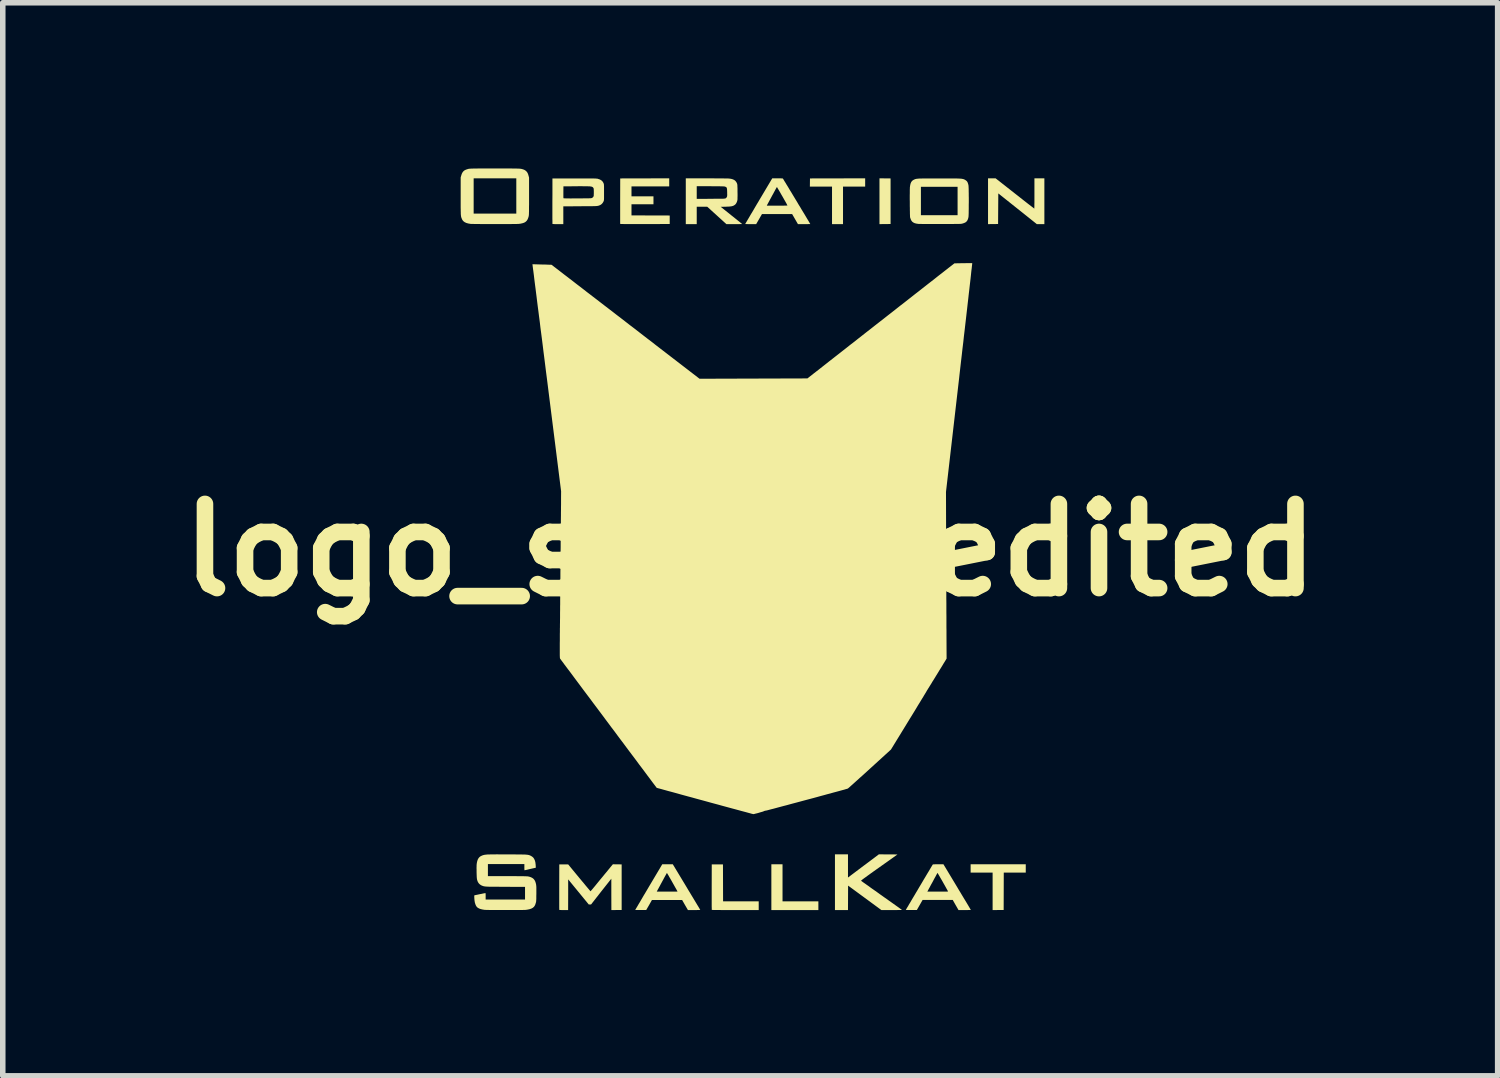
<source format=kicad_pcb>
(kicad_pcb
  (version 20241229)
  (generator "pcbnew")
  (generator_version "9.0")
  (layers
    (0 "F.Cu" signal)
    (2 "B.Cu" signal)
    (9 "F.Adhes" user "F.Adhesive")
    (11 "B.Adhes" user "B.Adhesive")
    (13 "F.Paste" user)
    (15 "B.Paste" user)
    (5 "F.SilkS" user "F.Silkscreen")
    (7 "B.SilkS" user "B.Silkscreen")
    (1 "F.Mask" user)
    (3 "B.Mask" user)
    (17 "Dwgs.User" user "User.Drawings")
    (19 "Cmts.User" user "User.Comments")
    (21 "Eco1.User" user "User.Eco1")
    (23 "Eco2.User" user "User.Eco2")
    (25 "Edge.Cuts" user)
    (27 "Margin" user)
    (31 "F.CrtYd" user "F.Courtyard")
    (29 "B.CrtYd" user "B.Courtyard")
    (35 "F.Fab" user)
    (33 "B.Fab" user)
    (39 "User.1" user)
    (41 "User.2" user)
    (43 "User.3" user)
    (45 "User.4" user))
  (footprint "logo_small_edited"
    (layer "F.Cu")
    (at 10.53 6.906)
    (property "Reference" "logo_small_edited" (at 0 0 0) (layer "F.SilkS") (effects (font (size 1.524 1.524) (thickness 0.3))))
    (attr board_only exclude_from_pos_files exclude_from_bom)
    (fp_poly (pts (xy 0.585 6.36) (xy 1.234 6.36) (xy 1.234 6.518) (xy 0.383 6.518) (xy 0.383 5.689) (xy 0.585 5.689)) (stroke (width 0) (type solid)) (fill yes) (layer "F.SilkS"))
    (fp_poly (pts (xy 2.44 -6.727) (xy 2.541 -6.726) (xy 2.541 -5.901) (xy 2.44 -5.9) (xy 2.34 -5.899) (xy 2.34 -6.728)) (stroke (width 0) (type solid)) (fill yes) (layer "F.SilkS"))
    (fp_poly (pts (xy 2.081 -6.578) (xy 1.68 -6.578) (xy 1.68 -5.899) (xy 1.481 -5.899) (xy 1.481 -6.578) (xy 1.08 -6.578) (xy 1.082 -6.726) (xy 1.582 -6.727) (xy 2.081 -6.728)) (stroke (width 0) (type solid)) (fill yes) (layer "F.SilkS"))
    (fp_poly (pts (xy 4.988 5.839) (xy 4.59 5.839) (xy 4.589 6.177) (xy 4.588 6.516) (xy 4.388 6.518) (xy 4.388 5.839) (xy 3.99 5.839) (xy 3.99 5.689) (xy 4.988 5.689)) (stroke (width 0) (type solid)) (fill yes) (layer "F.SilkS"))
    (fp_poly (pts (xy -0.491 6.36) (xy 0.154 6.36) (xy 0.154 6.518) (xy -0.27 6.518) (xy -0.338 6.518) (xy -0.399 6.518) (xy -0.453 6.518) (xy -0.5 6.518) (xy -0.542 6.517) (xy -0.577 6.517) (xy -0.608 6.517) (xy -0.633 6.517) (xy -0.653 6.516) (xy -0.669 6.516) (xy -0.681 6.515) (xy -0.689 6.515) (xy -0.694 6.514) (xy -0.696 6.513) (xy -0.696 6.513) (xy -0.696 6.509) (xy -0.696 6.498) (xy -0.696 6.48) (xy -0.697 6.456) (xy -0.697 6.426) (xy -0.697 6.392) (xy -0.697 6.353) (xy -0.697 6.31) (xy -0.697 6.263) (xy -0.697 6.213) (xy -0.697 6.161) (xy -0.697 6.106) (xy -0.697 6.1) (xy -0.696 5.691) (xy -0.493 5.691)) (stroke (width 0) (type solid)) (fill yes) (layer "F.SilkS"))
    (fp_poly (pts (xy 5.325 -5.899) (xy 5.188 -5.899) (xy 4.84 -6.177) (xy 4.491 -6.455) (xy 4.489 -6.178) (xy 4.487 -5.901) (xy 4.396 -5.9) (xy 4.305 -5.899) (xy 4.305 -6.728) (xy 4.374 -6.728) (xy 4.442 -6.728) (xy 4.791 -6.454) (xy 4.836 -6.419) (xy 4.879 -6.385) (xy 4.92 -6.353) (xy 4.959 -6.322) (xy 4.995 -6.294) (xy 5.028 -6.268) (xy 5.058 -6.245) (xy 5.084 -6.225) (xy 5.105 -6.209) (xy 5.122 -6.196) (xy 5.134 -6.186) (xy 5.141 -6.181) (xy 5.142 -6.181) (xy 5.143 -6.184) (xy 5.143 -6.195) (xy 5.144 -6.212) (xy 5.144 -6.234) (xy 5.144 -6.262) (xy 5.145 -6.294) (xy 5.145 -6.33) (xy 5.145 -6.37) (xy 5.145 -6.413) (xy 5.145 -6.454) (xy 5.145 -6.728) (xy 5.325 -6.728)) (stroke (width 0) (type solid)) (fill yes) (layer "F.SilkS"))
    (fp_poly (pts (xy -1.466 -6.582) (xy -2.149 -6.582) (xy -2.149 -6.402) (xy -1.751 -6.402) (xy -1.751 -6.259) (xy -2.149 -6.259) (xy -2.149 -6.057) (xy -1.803 -6.056) (xy -1.457 -6.055) (xy -1.457 -5.901) (xy -1.904 -5.9) (xy -1.974 -5.9) (xy -2.037 -5.9) (xy -2.092 -5.9) (xy -2.142 -5.9) (xy -2.185 -5.9) (xy -2.222 -5.9) (xy -2.254 -5.9) (xy -2.281 -5.9) (xy -2.303 -5.901) (xy -2.32 -5.901) (xy -2.334 -5.901) (xy -2.343 -5.902) (xy -2.35 -5.903) (xy -2.353 -5.903) (xy -2.353 -5.904) (xy -2.354 -5.908) (xy -2.354 -5.919) (xy -2.354 -5.937) (xy -2.354 -5.961) (xy -2.354 -5.99) (xy -2.354 -6.025) (xy -2.354 -6.064) (xy -2.354 -6.107) (xy -2.354 -6.154) (xy -2.354 -6.204) (xy -2.354 -6.256) (xy -2.354 -6.311) (xy -2.354 -6.317) (xy -2.353 -6.726) (xy -1.466 -6.728)) (stroke (width 0) (type solid)) (fill yes) (layer "F.SilkS"))
    (fp_poly (pts (xy 2.497 5.51) (xy 2.666 5.511) (xy 2.334 5.747) (xy 2.28 5.785) (xy 2.232 5.819) (xy 2.19 5.849) (xy 2.153 5.876) (xy 2.121 5.899) (xy 2.094 5.919) (xy 2.07 5.936) (xy 2.051 5.95) (xy 2.036 5.961) (xy 2.025 5.97) (xy 2.016 5.977) (xy 2.011 5.982) (xy 2.008 5.985) (xy 2.007 5.987) (xy 2.007 5.987) (xy 2.011 5.99) (xy 2.02 5.997) (xy 2.035 6.008) (xy 2.054 6.022) (xy 2.079 6.039) (xy 2.107 6.059) (xy 2.14 6.082) (xy 2.175 6.108) (xy 2.214 6.136) (xy 2.256 6.165) (xy 2.3 6.196) (xy 2.345 6.229) (xy 2.378 6.252) (xy 2.424 6.285) (xy 2.47 6.317) (xy 2.513 6.348) (xy 2.553 6.376) (xy 2.591 6.403) (xy 2.626 6.428) (xy 2.657 6.45) (xy 2.684 6.469) (xy 2.707 6.486) (xy 2.725 6.499) (xy 2.738 6.508) (xy 2.745 6.513) (xy 2.747 6.515) (xy 2.744 6.515) (xy 2.734 6.516) (xy 2.718 6.516) (xy 2.696 6.517) (xy 2.669 6.517) (xy 2.637 6.518) (xy 2.602 6.518) (xy 2.563 6.518) (xy 2.375 6.518) (xy 1.772 6.075) (xy 1.771 6.296) (xy 1.77 6.518) (xy 1.534 6.518) (xy 1.534 5.509) (xy 1.77 5.509) (xy 1.77 5.929) (xy 2.049 5.719) (xy 2.329 5.509)) (stroke (width 0) (type solid)) (fill yes) (layer "F.SilkS"))
    (fp_poly (pts (xy -2.406 5.69) (xy -2.327 5.691) (xy -2.327 6.516) (xy -2.42 6.517) (xy -2.513 6.518) (xy -2.514 6.234) (xy -2.514 5.95) (xy -2.698 6.183) (xy -2.881 6.417) (xy -2.923 6.416) (xy -3.109 6.189) (xy -3.295 5.962) (xy -3.295 6.24) (xy -3.296 6.518) (xy -3.375 6.518) (xy -3.403 6.518) (xy -3.425 6.517) (xy -3.44 6.517) (xy -3.45 6.516) (xy -3.455 6.514) (xy -3.456 6.513) (xy -3.456 6.509) (xy -3.456 6.498) (xy -3.457 6.48) (xy -3.457 6.456) (xy -3.457 6.426) (xy -3.457 6.392) (xy -3.457 6.353) (xy -3.457 6.31) (xy -3.457 6.263) (xy -3.457 6.213) (xy -3.457 6.161) (xy -3.457 6.106) (xy -3.457 6.1) (xy -3.456 5.691) (xy -3.295 5.691) (xy -3.094 5.935) (xy -3.063 5.972) (xy -3.034 6.007) (xy -3.006 6.04) (xy -2.981 6.071) (xy -2.958 6.098) (xy -2.938 6.122) (xy -2.92 6.143) (xy -2.907 6.159) (xy -2.897 6.17) (xy -2.891 6.176) (xy -2.89 6.178) (xy -2.887 6.175) (xy -2.88 6.166) (xy -2.869 6.153) (xy -2.854 6.136) (xy -2.836 6.114) (xy -2.815 6.089) (xy -2.792 6.061) (xy -2.767 6.03) (xy -2.74 5.997) (xy -2.713 5.964) (xy -2.683 5.928) (xy -2.655 5.894) (xy -2.628 5.861) (xy -2.602 5.83) (xy -2.579 5.802) (xy -2.559 5.777) (xy -2.541 5.755) (xy -2.527 5.738) (xy -2.517 5.726) (xy -2.512 5.72) (xy -2.486 5.689)) (stroke (width 0) (type solid)) (fill yes) (layer "F.SilkS"))
    (fp_poly (pts (xy -1.401 5.689) (xy -1.153 6.1) (xy -1.123 6.151) (xy -1.093 6.2) (xy -1.065 6.247) (xy -1.038 6.291) (xy -1.013 6.333) (xy -0.99 6.371) (xy -0.969 6.406) (xy -0.951 6.436) (xy -0.935 6.462) (xy -0.923 6.483) (xy -0.913 6.499) (xy -0.907 6.51) (xy -0.904 6.514) (xy -0.904 6.514) (xy -0.908 6.515) (xy -0.918 6.516) (xy -0.935 6.517) (xy -0.958 6.517) (xy -0.987 6.518) (xy -1.015 6.518) (xy -1.127 6.518) (xy -1.18 6.427) (xy -1.232 6.336) (xy -1.779 6.336) (xy -1.83 6.426) (xy -1.882 6.516) (xy -1.981 6.517) (xy -2.008 6.517) (xy -2.032 6.517) (xy -2.052 6.517) (xy -2.068 6.517) (xy -2.078 6.516) (xy -2.081 6.516) (xy -2.079 6.512) (xy -2.074 6.503) (xy -2.065 6.487) (xy -2.053 6.467) (xy -2.038 6.442) (xy -2.021 6.412) (xy -2 6.378) (xy -1.978 6.34) (xy -1.954 6.299) (xy -1.928 6.254) (xy -1.9 6.208) (xy -1.886 6.184) (xy -1.692 6.184) (xy -1.504 6.184) (xy -1.467 6.184) (xy -1.433 6.184) (xy -1.402 6.184) (xy -1.374 6.184) (xy -1.351 6.183) (xy -1.333 6.183) (xy -1.322 6.183) (xy -1.316 6.182) (xy -1.316 6.182) (xy -1.318 6.178) (xy -1.323 6.168) (xy -1.331 6.154) (xy -1.341 6.135) (xy -1.354 6.113) (xy -1.368 6.088) (xy -1.383 6.061) (xy -1.399 6.033) (xy -1.415 6.004) (xy -1.431 5.976) (xy -1.447 5.948) (xy -1.462 5.923) (xy -1.475 5.899) (xy -1.487 5.879) (xy -1.497 5.863) (xy -1.503 5.852) (xy -1.507 5.846) (xy -1.508 5.846) (xy -1.51 5.849) (xy -1.515 5.859) (xy -1.523 5.873) (xy -1.534 5.892) (xy -1.546 5.914) (xy -1.56 5.939) (xy -1.574 5.966) (xy -1.59 5.995) (xy -1.605 6.023) (xy -1.621 6.052) (xy -1.635 6.079) (xy -1.649 6.104) (xy -1.661 6.127) (xy -1.672 6.146) (xy -1.68 6.161) (xy -1.685 6.171) (xy -1.685 6.172) (xy -1.692 6.184) (xy -1.886 6.184) (xy -1.871 6.159) (xy -1.841 6.108) (xy -1.837 6.101) (xy -1.592 5.689)) (stroke (width 0) (type solid)) (fill yes) (layer "F.SilkS"))
    (fp_poly (pts (xy 0.522 -6.728) (xy 0.545 -6.728) (xy 0.562 -6.727) (xy 0.574 -6.727) (xy 0.583 -6.726) (xy 0.588 -6.725) (xy 0.591 -6.723) (xy 0.593 -6.721) (xy 0.596 -6.717) (xy 0.602 -6.708) (xy 0.611 -6.692) (xy 0.623 -6.672) (xy 0.639 -6.647) (xy 0.656 -6.618) (xy 0.676 -6.586) (xy 0.697 -6.551) (xy 0.72 -6.512) (xy 0.745 -6.472) (xy 0.77 -6.43) (xy 0.796 -6.387) (xy 0.823 -6.342) (xy 0.85 -6.298) (xy 0.876 -6.253) (xy 0.903 -6.21) (xy 0.928 -6.167) (xy 0.953 -6.126) (xy 0.977 -6.087) (xy 0.999 -6.05) (xy 1.019 -6.016) (xy 1.037 -5.986) (xy 1.053 -5.96) (xy 1.066 -5.937) (xy 1.076 -5.92) (xy 1.083 -5.908) (xy 1.087 -5.902) (xy 1.088 -5.901) (xy 1.084 -5.9) (xy 1.074 -5.9) (xy 1.058 -5.9) (xy 1.037 -5.899) (xy 1.013 -5.899) (xy 0.986 -5.899) (xy 0.976 -5.899) (xy 0.864 -5.899) (xy 0.759 -6.081) (xy 0.213 -6.081) (xy 0.108 -5.899) (xy 0.009 -5.899) (xy -0.017 -5.899) (xy -0.041 -5.899) (xy -0.061 -5.9) (xy -0.077 -5.9) (xy -0.087 -5.901) (xy -0.09 -5.902) (xy -0.088 -5.905) (xy -0.083 -5.915) (xy -0.074 -5.93) (xy -0.062 -5.95) (xy -0.047 -5.976) (xy -0.029 -6.006) (xy -0.009 -6.04) (xy 0.013 -6.078) (xy 0.038 -6.119) (xy 0.064 -6.163) (xy 0.091 -6.21) (xy 0.105 -6.233) (xy 0.3 -6.233) (xy 0.488 -6.233) (xy 0.525 -6.233) (xy 0.56 -6.233) (xy 0.591 -6.233) (xy 0.619 -6.234) (xy 0.641 -6.234) (xy 0.659 -6.235) (xy 0.67 -6.235) (xy 0.674 -6.236) (xy 0.674 -6.236) (xy 0.671 -6.242) (xy 0.665 -6.254) (xy 0.657 -6.27) (xy 0.646 -6.29) (xy 0.633 -6.313) (xy 0.618 -6.339) (xy 0.603 -6.366) (xy 0.587 -6.394) (xy 0.57 -6.423) (xy 0.554 -6.451) (xy 0.539 -6.478) (xy 0.524 -6.503) (xy 0.511 -6.525) (xy 0.5 -6.543) (xy 0.492 -6.558) (xy 0.486 -6.567) (xy 0.483 -6.571) (xy 0.483 -6.571) (xy 0.481 -6.567) (xy 0.476 -6.558) (xy 0.467 -6.543) (xy 0.457 -6.525) (xy 0.445 -6.502) (xy 0.431 -6.477) (xy 0.417 -6.45) (xy 0.401 -6.422) (xy 0.386 -6.394) (xy 0.371 -6.366) (xy 0.356 -6.339) (xy 0.343 -6.314) (xy 0.331 -6.292) (xy 0.321 -6.273) (xy 0.313 -6.259) (xy 0.309 -6.251) (xy 0.3 -6.233) (xy 0.105 -6.233) (xy 0.12 -6.259) (xy 0.151 -6.31) (xy 0.154 -6.316) (xy 0.399 -6.728) (xy 0.493 -6.728)) (stroke (width 0) (type solid)) (fill yes) (layer "F.SilkS"))
    (fp_poly (pts (xy 3.746 6.101) (xy 3.776 6.152) (xy 3.806 6.201) (xy 3.834 6.248) (xy 3.861 6.293) (xy 3.886 6.334) (xy 3.909 6.372) (xy 3.93 6.407) (xy 3.948 6.437) (xy 3.963 6.463) (xy 3.976 6.485) (xy 3.985 6.501) (xy 3.991 6.511) (xy 3.994 6.515) (xy 3.994 6.515) (xy 3.99 6.516) (xy 3.98 6.517) (xy 3.964 6.517) (xy 3.944 6.517) (xy 3.919 6.518) (xy 3.892 6.518) (xy 3.882 6.518) (xy 3.771 6.518) (xy 3.718 6.426) (xy 3.666 6.334) (xy 3.393 6.334) (xy 3.121 6.334) (xy 3.069 6.425) (xy 3.017 6.516) (xy 2.917 6.517) (xy 2.89 6.517) (xy 2.866 6.517) (xy 2.846 6.517) (xy 2.83 6.517) (xy 2.82 6.517) (xy 2.816 6.516) (xy 2.816 6.516) (xy 2.818 6.513) (xy 2.824 6.503) (xy 2.832 6.488) (xy 2.844 6.468) (xy 2.859 6.444) (xy 2.875 6.415) (xy 2.895 6.383) (xy 2.915 6.348) (xy 2.938 6.309) (xy 2.962 6.269) (xy 2.987 6.227) (xy 3.012 6.184) (xy 3.206 6.184) (xy 3.394 6.184) (xy 3.43 6.184) (xy 3.465 6.184) (xy 3.496 6.184) (xy 3.523 6.183) (xy 3.546 6.183) (xy 3.564 6.183) (xy 3.576 6.182) (xy 3.581 6.182) (xy 3.581 6.182) (xy 3.58 6.178) (xy 3.575 6.168) (xy 3.567 6.153) (xy 3.556 6.134) (xy 3.544 6.112) (xy 3.53 6.087) (xy 3.515 6.06) (xy 3.499 6.032) (xy 3.483 6.003) (xy 3.467 5.975) (xy 3.451 5.948) (xy 3.436 5.922) (xy 3.423 5.899) (xy 3.411 5.879) (xy 3.402 5.863) (xy 3.395 5.852) (xy 3.391 5.846) (xy 3.39 5.845) (xy 3.388 5.849) (xy 3.382 5.859) (xy 3.374 5.874) (xy 3.363 5.894) (xy 3.351 5.917) (xy 3.336 5.943) (xy 3.32 5.973) (xy 3.31 5.993) (xy 3.293 6.024) (xy 3.276 6.054) (xy 3.261 6.082) (xy 3.248 6.107) (xy 3.236 6.128) (xy 3.227 6.145) (xy 3.221 6.157) (xy 3.219 6.161) (xy 3.206 6.184) (xy 3.012 6.184) (xy 3.013 6.184) (xy 3.039 6.139) (xy 3.065 6.095) (xy 3.092 6.05) (xy 3.118 6.006) (xy 3.143 5.963) (xy 3.168 5.922) (xy 3.191 5.883) (xy 3.213 5.846) (xy 3.234 5.812) (xy 3.252 5.781) (xy 3.268 5.754) (xy 3.281 5.732) (xy 3.292 5.714) (xy 3.299 5.702) (xy 3.303 5.695) (xy 3.304 5.694) (xy 3.307 5.693) (xy 3.312 5.691) (xy 3.321 5.69) (xy 3.334 5.69) (xy 3.352 5.689) (xy 3.376 5.689) (xy 3.403 5.689) (xy 3.498 5.689)) (stroke (width 0) (type solid)) (fill yes) (layer "F.SilkS"))
    (fp_poly (pts (xy -0.794 -6.728) (xy -0.741 -6.728) (xy -0.689 -6.728) (xy -0.639 -6.727) (xy -0.592 -6.727) (xy -0.548 -6.727) (xy -0.508 -6.727) (xy -0.473 -6.726) (xy -0.442 -6.726) (xy -0.418 -6.725) (xy -0.399 -6.725) (xy -0.387 -6.724) (xy -0.384 -6.724) (xy -0.347 -6.719) (xy -0.315 -6.71) (xy -0.289 -6.698) (xy -0.269 -6.682) (xy -0.252 -6.661) (xy -0.239 -6.636) (xy -0.238 -6.632) (xy -0.236 -6.626) (xy -0.235 -6.62) (xy -0.233 -6.612) (xy -0.232 -6.601) (xy -0.232 -6.586) (xy -0.231 -6.568) (xy -0.23 -6.544) (xy -0.23 -6.515) (xy -0.23 -6.483) (xy -0.229 -6.443) (xy -0.229 -6.408) (xy -0.23 -6.379) (xy -0.23 -6.356) (xy -0.231 -6.34) (xy -0.232 -6.332) (xy -0.238 -6.31) (xy -0.247 -6.288) (xy -0.258 -6.269) (xy -0.27 -6.255) (xy -0.273 -6.252) (xy -0.287 -6.242) (xy -0.3 -6.234) (xy -0.315 -6.228) (xy -0.332 -6.223) (xy -0.352 -6.22) (xy -0.376 -6.217) (xy -0.406 -6.216) (xy -0.442 -6.214) (xy -0.446 -6.214) (xy -0.534 -6.212) (xy -0.34 -6.057) (xy -0.307 -6.031) (xy -0.276 -6.006) (xy -0.247 -5.983) (xy -0.22 -5.961) (xy -0.197 -5.943) (xy -0.178 -5.927) (xy -0.163 -5.915) (xy -0.152 -5.906) (xy -0.147 -5.901) (xy -0.146 -5.901) (xy -0.15 -5.9) (xy -0.16 -5.9) (xy -0.176 -5.9) (xy -0.198 -5.899) (xy -0.223 -5.899) (xy -0.252 -5.899) (xy -0.283 -5.899) (xy -0.289 -5.899) (xy -0.431 -5.899) (xy -0.778 -6.214) (xy -0.873 -6.214) (xy -0.968 -6.214) (xy -0.968 -5.899) (xy -1.166 -5.899) (xy -1.166 -6.586) (xy -0.968 -6.586) (xy -0.968 -6.356) (xy -0.713 -6.357) (xy -0.663 -6.358) (xy -0.62 -6.358) (xy -0.584 -6.358) (xy -0.553 -6.358) (xy -0.527 -6.359) (xy -0.506 -6.359) (xy -0.49 -6.359) (xy -0.477 -6.36) (xy -0.467 -6.361) (xy -0.459 -6.362) (xy -0.454 -6.362) (xy -0.45 -6.364) (xy -0.446 -6.365) (xy -0.446 -6.365) (xy -0.432 -6.376) (xy -0.424 -6.389) (xy -0.421 -6.395) (xy -0.419 -6.401) (xy -0.417 -6.409) (xy -0.417 -6.419) (xy -0.416 -6.434) (xy -0.417 -6.453) (xy -0.417 -6.476) (xy -0.418 -6.504) (xy -0.419 -6.525) (xy -0.421 -6.541) (xy -0.424 -6.553) (xy -0.428 -6.562) (xy -0.435 -6.568) (xy -0.444 -6.573) (xy -0.451 -6.576) (xy -0.454 -6.578) (xy -0.459 -6.579) (xy -0.464 -6.58) (xy -0.471 -6.581) (xy -0.481 -6.582) (xy -0.493 -6.582) (xy -0.509 -6.583) (xy -0.529 -6.583) (xy -0.553 -6.584) (xy -0.583 -6.584) (xy -0.618 -6.584) (xy -0.659 -6.584) (xy -0.708 -6.585) (xy -0.717 -6.585) (xy -0.968 -6.586) (xy -1.166 -6.586) (xy -1.166 -6.728)) (stroke (width 0) (type solid)) (fill yes) (layer "F.SilkS"))
    (fp_poly (pts (xy -4.554 -6.906) (xy -4.494 -6.906) (xy -4.439 -6.906) (xy -4.392 -6.906) (xy -4.35 -6.906) (xy -4.313 -6.906) (xy -4.281 -6.905) (xy -4.254 -6.905) (xy -4.231 -6.905) (xy -4.212 -6.904) (xy -4.196 -6.904) (xy -4.184 -6.903) (xy -4.173 -6.903) (xy -4.165 -6.902) (xy -4.158 -6.901) (xy -4.152 -6.901) (xy -4.148 -6.9) (xy -4.117 -6.892) (xy -4.092 -6.883) (xy -4.073 -6.872) (xy -4.059 -6.861) (xy -4.042 -6.844) (xy -4.029 -6.823) (xy -4.019 -6.798) (xy -4.012 -6.774) (xy -4.003 -6.741) (xy -4.003 -6.405) (xy -4.003 -6.347) (xy -4.003 -6.296) (xy -4.003 -6.251) (xy -4.004 -6.213) (xy -4.004 -6.18) (xy -4.004 -6.151) (xy -4.004 -6.128) (xy -4.005 -6.108) (xy -4.005 -6.092) (xy -4.006 -6.079) (xy -4.006 -6.068) (xy -4.007 -6.06) (xy -4.008 -6.052) (xy -4.009 -6.046) (xy -4.01 -6.041) (xy -4.01 -6.04) (xy -4.02 -6.007) (xy -4.032 -5.98) (xy -4.048 -5.957) (xy -4.068 -5.939) (xy -4.092 -5.925) (xy -4.123 -5.915) (xy -4.159 -5.907) (xy -4.192 -5.903) (xy -4.202 -5.902) (xy -4.218 -5.902) (xy -4.241 -5.901) (xy -4.269 -5.901) (xy -4.303 -5.901) (xy -4.34 -5.9) (xy -4.382 -5.9) (xy -4.426 -5.9) (xy -4.473 -5.9) (xy -4.522 -5.9) (xy -4.573 -5.9) (xy -4.623 -5.9) (xy -4.674 -5.9) (xy -4.725 -5.9) (xy -4.774 -5.9) (xy -4.821 -5.9) (xy -4.866 -5.9) (xy -4.908 -5.901) (xy -4.946 -5.901) (xy -4.979 -5.901) (xy -5.008 -5.902) (xy -5.031 -5.902) (xy -5.048 -5.903) (xy -5.058 -5.903) (xy -5.059 -5.903) (xy -5.102 -5.91) (xy -5.138 -5.92) (xy -5.168 -5.934) (xy -5.192 -5.952) (xy -5.21 -5.974) (xy -5.22 -5.996) (xy -5.224 -6.005) (xy -5.227 -6.013) (xy -5.23 -6.021) (xy -5.232 -6.029) (xy -5.234 -6.038) (xy -5.235 -6.049) (xy -5.237 -6.06) (xy -5.238 -6.075) (xy -5.239 -6.09) (xy -5.006 -6.09) (xy -4.234 -6.09) (xy -4.234 -6.728) (xy -5.006 -6.728) (xy -5.006 -6.09) (xy -5.239 -6.09) (xy -5.239 -6.092) (xy -5.239 -6.112) (xy -5.24 -6.136) (xy -5.24 -6.164) (xy -5.241 -6.197) (xy -5.241 -6.235) (xy -5.241 -6.28) (xy -5.241 -6.33) (xy -5.241 -6.388) (xy -5.241 -6.407) (xy -5.241 -6.745) (xy -5.232 -6.775) (xy -5.222 -6.807) (xy -5.209 -6.833) (xy -5.193 -6.854) (xy -5.173 -6.871) (xy -5.148 -6.884) (xy -5.118 -6.894) (xy -5.097 -6.9) (xy -5.092 -6.901) (xy -5.086 -6.901) (xy -5.079 -6.902) (xy -5.071 -6.903) (xy -5.06 -6.903) (xy -5.047 -6.904) (xy -5.031 -6.904) (xy -5.012 -6.905) (xy -4.989 -6.905) (xy -4.962 -6.905) (xy -4.93 -6.906) (xy -4.894 -6.906) (xy -4.851 -6.906) (xy -4.804 -6.906) (xy -4.749 -6.906) (xy -4.688 -6.906) (xy -4.622 -6.906)) (stroke (width 0) (type solid)) (fill yes) (layer "F.SilkS"))
    (fp_poly (pts (xy 3.544 -6.726) (xy 3.595 -6.726) (xy 3.64 -6.726) (xy 3.679 -6.725) (xy 3.713 -6.725) (xy 3.743 -6.725) (xy 3.768 -6.724) (xy 3.789 -6.723) (xy 3.807 -6.722) (xy 3.822 -6.721) (xy 3.834 -6.719) (xy 3.845 -6.717) (xy 3.854 -6.715) (xy 3.862 -6.713) (xy 3.869 -6.71) (xy 3.877 -6.707) (xy 3.884 -6.703) (xy 3.888 -6.701) (xy 3.908 -6.688) (xy 3.925 -6.672) (xy 3.937 -6.65) (xy 3.946 -6.622) (xy 3.951 -6.601) (xy 3.952 -6.591) (xy 3.953 -6.574) (xy 3.954 -6.551) (xy 3.955 -6.523) (xy 3.955 -6.491) (xy 3.956 -6.455) (xy 3.956 -6.416) (xy 3.957 -6.375) (xy 3.957 -6.334) (xy 3.957 -6.292) (xy 3.956 -6.25) (xy 3.956 -6.209) (xy 3.956 -6.171) (xy 3.955 -6.135) (xy 3.955 -6.103) (xy 3.954 -6.075) (xy 3.953 -6.052) (xy 3.952 -6.036) (xy 3.951 -6.026) (xy 3.943 -5.994) (xy 3.932 -5.968) (xy 3.917 -5.947) (xy 3.896 -5.93) (xy 3.87 -5.918) (xy 3.838 -5.908) (xy 3.833 -5.907) (xy 3.828 -5.906) (xy 3.821 -5.905) (xy 3.812 -5.904) (xy 3.801 -5.904) (xy 3.787 -5.903) (xy 3.77 -5.903) (xy 3.749 -5.902) (xy 3.724 -5.902) (xy 3.695 -5.902) (xy 3.661 -5.901) (xy 3.621 -5.901) (xy 3.575 -5.901) (xy 3.523 -5.901) (xy 3.464 -5.901) (xy 3.443 -5.901) (xy 3.39 -5.901) (xy 3.339 -5.901) (xy 3.29 -5.901) (xy 3.245 -5.901) (xy 3.202 -5.901) (xy 3.163 -5.901) (xy 3.129 -5.901) (xy 3.1 -5.902) (xy 3.077 -5.902) (xy 3.059 -5.902) (xy 3.049 -5.903) (xy 3.046 -5.903) (xy 3.009 -5.908) (xy 2.978 -5.916) (xy 2.953 -5.928) (xy 2.933 -5.943) (xy 2.918 -5.962) (xy 2.906 -5.986) (xy 2.896 -6.016) (xy 2.894 -6.023) (xy 2.893 -6.03) (xy 2.893 -6.044) (xy 2.892 -6.06) (xy 3.09 -6.06) (xy 3.754 -6.06) (xy 3.754 -6.574) (xy 3.09 -6.574) (xy 3.09 -6.06) (xy 2.892 -6.06) (xy 2.892 -6.064) (xy 2.891 -6.089) (xy 2.891 -6.119) (xy 2.89 -6.152) (xy 2.89 -6.189) (xy 2.889 -6.227) (xy 2.889 -6.267) (xy 2.889 -6.307) (xy 2.888 -6.347) (xy 2.888 -6.386) (xy 2.888 -6.423) (xy 2.889 -6.458) (xy 2.889 -6.49) (xy 2.889 -6.518) (xy 2.89 -6.54) (xy 2.89 -6.557) (xy 2.891 -6.568) (xy 2.896 -6.604) (xy 2.903 -6.633) (xy 2.913 -6.657) (xy 2.926 -6.676) (xy 2.942 -6.691) (xy 2.959 -6.701) (xy 2.967 -6.705) (xy 2.974 -6.708) (xy 2.981 -6.711) (xy 2.988 -6.714) (xy 2.997 -6.716) (xy 3.006 -6.718) (xy 3.017 -6.72) (xy 3.031 -6.721) (xy 3.047 -6.723) (xy 3.066 -6.724) (xy 3.089 -6.724) (xy 3.115 -6.725) (xy 3.146 -6.725) (xy 3.182 -6.726) (xy 3.224 -6.726) (xy 3.271 -6.726) (xy 3.325 -6.726) (xy 3.386 -6.726) (xy 3.422 -6.726) (xy 3.487 -6.726)) (stroke (width 0) (type solid)) (fill yes) (layer "F.SilkS"))
    (fp_poly (pts (xy -3.182 -6.726) (xy -3.118 -6.726) (xy -3.062 -6.726) (xy -3.012 -6.726) (xy -2.968 -6.726) (xy -2.93 -6.726) (xy -2.897 -6.725) (xy -2.869 -6.725) (xy -2.845 -6.725) (xy -2.826 -6.725) (xy -2.809 -6.724) (xy -2.796 -6.724) (xy -2.786 -6.723) (xy -2.777 -6.722) (xy -2.77 -6.722) (xy -2.765 -6.721) (xy -2.76 -6.72) (xy -2.759 -6.719) (xy -2.727 -6.709) (xy -2.701 -6.696) (xy -2.681 -6.68) (xy -2.665 -6.66) (xy -2.655 -6.64) (xy -2.652 -6.634) (xy -2.651 -6.628) (xy -2.649 -6.622) (xy -2.648 -6.615) (xy -2.647 -6.605) (xy -2.647 -6.593) (xy -2.646 -6.577) (xy -2.646 -6.556) (xy -2.646 -6.53) (xy -2.646 -6.498) (xy -2.646 -6.475) (xy -2.646 -6.438) (xy -2.646 -6.408) (xy -2.646 -6.385) (xy -2.646 -6.366) (xy -2.647 -6.351) (xy -2.647 -6.34) (xy -2.648 -6.332) (xy -2.65 -6.325) (xy -2.651 -6.319) (xy -2.653 -6.314) (xy -2.655 -6.31) (xy -2.667 -6.288) (xy -2.683 -6.268) (xy -2.702 -6.252) (xy -2.715 -6.245) (xy -2.723 -6.241) (xy -2.731 -6.238) (xy -2.738 -6.235) (xy -2.746 -6.233) (xy -2.754 -6.23) (xy -2.764 -6.229) (xy -2.775 -6.227) (xy -2.789 -6.226) (xy -2.806 -6.225) (xy -2.826 -6.225) (xy -2.85 -6.224) (xy -2.879 -6.224) (xy -2.913 -6.223) (xy -2.952 -6.223) (xy -2.998 -6.223) (xy -3.05 -6.223) (xy -3.08 -6.222) (xy -3.383 -6.221) (xy -3.383 -5.899) (xy -3.48 -5.899) (xy -3.512 -5.899) (xy -3.536 -5.899) (xy -3.554 -5.9) (xy -3.567 -5.901) (xy -3.575 -5.902) (xy -3.579 -5.903) (xy -3.58 -5.904) (xy -3.58 -5.908) (xy -3.58 -5.919) (xy -3.58 -5.937) (xy -3.58 -5.961) (xy -3.581 -5.991) (xy -3.581 -6.025) (xy -3.581 -6.064) (xy -3.581 -6.107) (xy -3.581 -6.154) (xy -3.581 -6.204) (xy -3.581 -6.256) (xy -3.581 -6.311) (xy -3.581 -6.317) (xy -3.58 -6.426) (xy -3.382 -6.426) (xy -3.382 -6.404) (xy -3.382 -6.387) (xy -3.381 -6.375) (xy -3.381 -6.369) (xy -3.381 -6.369) (xy -3.379 -6.368) (xy -3.375 -6.367) (xy -3.368 -6.366) (xy -3.357 -6.366) (xy -3.342 -6.365) (xy -3.322 -6.365) (xy -3.298 -6.365) (xy -3.267 -6.364) (xy -3.231 -6.364) (xy -3.189 -6.365) (xy -3.139 -6.365) (xy -3.129 -6.365) (xy -3.079 -6.365) (xy -3.037 -6.365) (xy -3 -6.366) (xy -2.97 -6.366) (xy -2.945 -6.366) (xy -2.924 -6.366) (xy -2.908 -6.367) (xy -2.895 -6.367) (xy -2.886 -6.368) (xy -2.878 -6.369) (xy -2.873 -6.37) (xy -2.869 -6.371) (xy -2.865 -6.372) (xy -2.863 -6.373) (xy -2.852 -6.381) (xy -2.842 -6.391) (xy -2.84 -6.394) (xy -2.837 -6.399) (xy -2.835 -6.404) (xy -2.833 -6.41) (xy -2.832 -6.42) (xy -2.832 -6.433) (xy -2.831 -6.451) (xy -2.831 -6.475) (xy -2.831 -6.499) (xy -2.832 -6.517) (xy -2.832 -6.53) (xy -2.833 -6.539) (xy -2.835 -6.546) (xy -2.837 -6.551) (xy -2.84 -6.556) (xy -2.848 -6.566) (xy -2.859 -6.573) (xy -2.873 -6.578) (xy -2.893 -6.581) (xy -2.898 -6.582) (xy -2.907 -6.583) (xy -2.923 -6.583) (xy -2.945 -6.584) (xy -2.972 -6.584) (xy -3.003 -6.584) (xy -3.038 -6.585) (xy -3.076 -6.585) (xy -3.116 -6.585) (xy -3.154 -6.584) (xy -3.381 -6.583) (xy -3.382 -6.478) (xy -3.382 -6.451) (xy -3.382 -6.426) (xy -3.58 -6.426) (xy -3.58 -6.726)) (stroke (width 0) (type solid)) (fill yes) (layer "F.SilkS"))
    (fp_poly (pts (xy -4.537 5.51) (xy -4.484 5.51) (xy -4.424 5.51) (xy -4.395 5.51) (xy -4.334 5.51) (xy -4.281 5.51) (xy -4.233 5.511) (xy -4.192 5.511) (xy -4.156 5.511) (xy -4.126 5.512) (xy -4.1 5.513) (xy -4.077 5.513) (xy -4.059 5.514) (xy -4.043 5.516) (xy -4.03 5.517) (xy -4.019 5.519) (xy -4.01 5.521) (xy -4.002 5.523) (xy -3.994 5.526) (xy -3.986 5.529) (xy -3.978 5.533) (xy -3.973 5.535) (xy -3.948 5.55) (xy -3.927 5.568) (xy -3.911 5.591) (xy -3.898 5.62) (xy -3.889 5.653) (xy -3.884 5.694) (xy -3.883 5.709) (xy -3.881 5.751) (xy -3.978 5.773) (xy -4.004 5.779) (xy -4.028 5.785) (xy -4.049 5.79) (xy -4.065 5.793) (xy -4.076 5.796) (xy -4.081 5.797) (xy -4.084 5.797) (xy -4.085 5.795) (xy -4.087 5.79) (xy -4.087 5.781) (xy -4.088 5.767) (xy -4.088 5.746) (xy -4.088 5.742) (xy -4.088 5.685) (xy -4.748 5.685) (xy -4.748 5.903) (xy -4.391 5.904) (xy -4.331 5.904) (xy -4.278 5.904) (xy -4.232 5.904) (xy -4.192 5.905) (xy -4.157 5.905) (xy -4.128 5.905) (xy -4.103 5.905) (xy -4.082 5.906) (xy -4.065 5.906) (xy -4.051 5.907) (xy -4.04 5.907) (xy -4.03 5.908) (xy -4.023 5.909) (xy -4.017 5.91) (xy -4.011 5.911) (xy -4.006 5.912) (xy -4.001 5.913) (xy -3.968 5.924) (xy -3.941 5.938) (xy -3.92 5.955) (xy -3.903 5.977) (xy -3.89 6.003) (xy -3.887 6.012) (xy -3.883 6.026) (xy -3.879 6.04) (xy -3.876 6.054) (xy -3.874 6.069) (xy -3.872 6.087) (xy -3.871 6.108) (xy -3.871 6.133) (xy -3.871 6.163) (xy -3.871 6.199) (xy -3.871 6.226) (xy -3.872 6.262) (xy -3.872 6.291) (xy -3.872 6.314) (xy -3.873 6.333) (xy -3.874 6.347) (xy -3.875 6.359) (xy -3.876 6.369) (xy -3.878 6.377) (xy -3.88 6.385) (xy -3.881 6.387) (xy -3.889 6.414) (xy -3.899 6.436) (xy -3.911 6.454) (xy -3.917 6.461) (xy -3.937 6.478) (xy -3.964 6.492) (xy -3.998 6.503) (xy -4.038 6.511) (xy -4.063 6.514) (xy -4.074 6.515) (xy -4.091 6.515) (xy -4.114 6.516) (xy -4.142 6.516) (xy -4.175 6.516) (xy -4.213 6.517) (xy -4.254 6.517) (xy -4.297 6.517) (xy -4.342 6.517) (xy -4.389 6.517) (xy -4.437 6.517) (xy -4.484 6.517) (xy -4.531 6.517) (xy -4.576 6.517) (xy -4.619 6.517) (xy -4.66 6.517) (xy -4.697 6.516) (xy -4.73 6.516) (xy -4.758 6.515) (xy -4.78 6.515) (xy -4.797 6.514) (xy -4.806 6.514) (xy -4.844 6.508) (xy -4.879 6.5) (xy -4.908 6.489) (xy -4.931 6.476) (xy -4.947 6.463) (xy -4.963 6.44) (xy -4.975 6.412) (xy -4.985 6.379) (xy -4.991 6.34) (xy -4.994 6.302) (xy -4.995 6.282) (xy -4.995 6.268) (xy -4.995 6.259) (xy -4.994 6.254) (xy -4.992 6.251) (xy -4.989 6.25) (xy -4.983 6.249) (xy -4.972 6.246) (xy -4.955 6.243) (xy -4.935 6.239) (xy -4.913 6.234) (xy -4.889 6.229) (xy -4.866 6.225) (xy -4.844 6.22) (xy -4.825 6.216) (xy -4.809 6.213) (xy -4.798 6.211) (xy -4.793 6.21) (xy -4.793 6.21) (xy -4.791 6.214) (xy -4.79 6.224) (xy -4.789 6.24) (xy -4.789 6.261) (xy -4.789 6.268) (xy -4.789 6.327) (xy -4.076 6.327) (xy -4.076 6.098) (xy -4.43 6.097) (xy -4.491 6.097) (xy -4.545 6.096) (xy -4.592 6.096) (xy -4.634 6.096) (xy -4.67 6.096) (xy -4.7 6.095) (xy -4.727 6.095) (xy -4.749 6.094) (xy -4.768 6.093) (xy -4.784 6.092) (xy -4.797 6.091) (xy -4.808 6.089) (xy -4.818 6.088) (xy -4.826 6.086) (xy -4.834 6.083) (xy -4.842 6.081) (xy -4.851 6.077) (xy -4.858 6.075) (xy -4.88 6.063) (xy -4.901 6.047) (xy -4.918 6.028) (xy -4.926 6.014) (xy -4.933 6.001) (xy -4.938 5.988) (xy -4.942 5.974) (xy -4.946 5.959) (xy -4.948 5.942) (xy -4.95 5.921) (xy -4.951 5.896) (xy -4.952 5.866) (xy -4.953 5.829) (xy -4.953 5.82) (xy -4.953 5.785) (xy -4.954 5.756) (xy -4.953 5.732) (xy -4.953 5.713) (xy -4.952 5.697) (xy -4.951 5.684) (xy -4.949 5.672) (xy -4.949 5.668) (xy -4.941 5.631) (xy -4.93 5.6) (xy -4.916 5.576) (xy -4.898 5.556) (xy -4.876 5.541) (xy -4.849 5.529) (xy -4.841 5.526) (xy -4.832 5.523) (xy -4.823 5.521) (xy -4.813 5.518) (xy -4.802 5.517) (xy -4.79 5.515) (xy -4.776 5.514) (xy -4.76 5.512) (xy -4.74 5.511) (xy -4.718 5.511) (xy -4.691 5.51) (xy -4.66 5.51) (xy -4.625 5.51) (xy -4.584 5.509)) (stroke (width 0) (type solid)) (fill yes) (layer "F.SilkS"))
    (fp_poly (pts (xy 3.995 -5.193) (xy 4.01 -5.193) (xy 4.018 -5.193) (xy 4.019 -5.192) (xy 4.019 -5.189) (xy 4.018 -5.178) (xy 4.016 -5.159) (xy 4.013 -5.135) (xy 4.01 -5.103) (xy 4.005 -5.065) (xy 4 -5.021) (xy 3.995 -4.971) (xy 3.989 -4.915) (xy 3.982 -4.854) (xy 3.974 -4.787) (xy 3.966 -4.715) (xy 3.957 -4.639) (xy 3.948 -4.557) (xy 3.938 -4.471) (xy 3.928 -4.381) (xy 3.917 -4.287) (xy 3.906 -4.189) (xy 3.894 -4.087) (xy 3.882 -3.982) (xy 3.869 -3.874) (xy 3.857 -3.763) (xy 3.843 -3.648) (xy 3.83 -3.532) (xy 3.816 -3.413) (xy 3.802 -3.291) (xy 3.788 -3.168) (xy 3.783 -3.121) (xy 3.544 -1.052) (xy 3.547 0.023) (xy 3.548 0.118) (xy 3.548 0.214) (xy 3.548 0.311) (xy 3.549 0.407) (xy 3.549 0.504) (xy 3.549 0.599) (xy 3.55 0.693) (xy 3.55 0.785) (xy 3.55 0.875) (xy 3.551 0.962) (xy 3.551 1.046) (xy 3.551 1.126) (xy 3.552 1.202) (xy 3.552 1.273) (xy 3.552 1.339) (xy 3.552 1.399) (xy 3.553 1.453) (xy 3.553 1.5) (xy 3.553 1.531) (xy 3.555 1.966) (xy 3.524 2.017) (xy 3.515 2.032) (xy 3.502 2.052) (xy 3.488 2.076) (xy 3.471 2.104) (xy 3.452 2.135) (xy 3.431 2.168) (xy 3.41 2.203) (xy 3.388 2.239) (xy 3.365 2.276) (xy 3.343 2.312) (xy 3.321 2.348) (xy 3.299 2.382) (xy 3.28 2.415) (xy 3.261 2.445) (xy 3.245 2.471) (xy 3.231 2.494) (xy 3.219 2.512) (xy 3.211 2.526) (xy 3.207 2.533) (xy 3.206 2.533) (xy 3.197 2.548) (xy 3.188 2.564) (xy 3.182 2.575) (xy 3.179 2.58) (xy 3.172 2.591) (xy 3.162 2.608) (xy 3.148 2.63) (xy 3.132 2.658) (xy 3.112 2.69) (xy 3.09 2.726) (xy 3.066 2.766) (xy 3.039 2.809) (xy 3.011 2.856) (xy 2.981 2.906) (xy 2.949 2.958) (xy 2.916 3.012) (xy 2.881 3.068) (xy 2.86 3.103) (xy 2.548 3.612) (xy 2.163 3.963) (xy 2.117 4.005) (xy 2.072 4.046) (xy 2.029 4.085) (xy 1.988 4.121) (xy 1.95 4.156) (xy 1.914 4.188) (xy 1.882 4.217) (xy 1.852 4.244) (xy 1.827 4.266) (xy 1.805 4.286) (xy 1.788 4.301) (xy 1.775 4.312) (xy 1.767 4.318) (xy 1.765 4.319) (xy 1.759 4.321) (xy 1.746 4.325) (xy 1.727 4.33) (xy 1.702 4.338) (xy 1.671 4.346) (xy 1.635 4.356) (xy 1.595 4.367) (xy 1.55 4.379) (xy 1.501 4.392) (xy 1.449 4.407) (xy 1.394 4.421) (xy 1.337 4.437) (xy 1.277 4.453) (xy 1.216 4.47) (xy 1.154 4.487) (xy 1.09 4.504) (xy 1.026 4.521) (xy 0.962 4.538) (xy 0.899 4.555) (xy 0.836 4.572) (xy 0.775 4.588) (xy 0.716 4.604) (xy 0.658 4.62) (xy 0.603 4.634) (xy 0.551 4.648) (xy 0.502 4.661) (xy 0.458 4.673) (xy 0.417 4.684) (xy 0.381 4.693) (xy 0.35 4.701) (xy 0.325 4.708) (xy 0.306 4.713) (xy 0.293 4.716) (xy 0.286 4.717) (xy 0.286 4.717) (xy 0.27 4.72) (xy 0.255 4.724) (xy 0.247 4.728) (xy 0.24 4.731) (xy 0.227 4.736) (xy 0.209 4.741) (xy 0.188 4.747) (xy 0.165 4.754) (xy 0.142 4.761) (xy 0.119 4.767) (xy 0.097 4.772) (xy 0.079 4.777) (xy 0.065 4.78) (xy 0.056 4.781) (xy 0.056 4.781) (xy 0.051 4.78) (xy 0.04 4.777) (xy 0.022 4.773) (xy -0.002 4.766) (xy -0.032 4.758) (xy -0.068 4.748) (xy -0.109 4.737) (xy -0.155 4.725) (xy -0.206 4.711) (xy -0.261 4.696) (xy -0.321 4.68) (xy -0.384 4.663) (xy -0.45 4.645) (xy -0.52 4.626) (xy -0.592 4.606) (xy -0.667 4.586) (xy -0.744 4.565) (xy -0.823 4.543) (xy -0.901 4.522) (xy -0.978 4.501) (xy -1.053 4.48) (xy -1.125 4.461) (xy -1.194 4.442) (xy -1.26 4.424) (xy -1.323 4.406) (xy -1.382 4.39) (xy -1.437 4.375) (xy -1.487 4.362) (xy -1.533 4.349) (xy -1.573 4.338) (xy -1.608 4.328) (xy -1.638 4.32) (xy -1.661 4.314) (xy -1.679 4.309) (xy -1.689 4.306) (xy -1.693 4.305) (xy -1.693 4.305) (xy -1.696 4.301) (xy -1.702 4.292) (xy -1.713 4.278) (xy -1.728 4.258) (xy -1.747 4.233) (xy -1.769 4.204) (xy -1.794 4.17) (xy -1.823 4.131) (xy -1.855 4.089) (xy -1.889 4.043) (xy -1.926 3.993) (xy -1.966 3.94) (xy -2.008 3.885) (xy -2.051 3.826) (xy -2.097 3.765) (xy -2.145 3.701) (xy -2.194 3.636) (xy -2.244 3.569) (xy -2.295 3.5) (xy -2.348 3.43) (xy -2.401 3.359) (xy -2.454 3.287) (xy -2.509 3.215) (xy -2.563 3.142) (xy -2.617 3.07) (xy -2.671 2.997) (xy -2.725 2.925) (xy -2.778 2.854) (xy -2.831 2.784) (xy -2.882 2.715) (xy -2.933 2.647) (xy -2.982 2.582) (xy -3.03 2.518) (xy -3.076 2.456) (xy -3.12 2.397) (xy -3.162 2.341) (xy -3.202 2.287) (xy -3.239 2.237) (xy -3.274 2.19) (xy -3.307 2.147) (xy -3.336 2.108) (xy -3.362 2.074) (xy -3.384 2.043) (xy -3.403 2.018) (xy -3.419 1.997) (xy -3.43 1.981) (xy -3.438 1.971) (xy -3.441 1.967) (xy -3.441 1.967) (xy -3.442 1.964) (xy -3.444 1.961) (xy -3.444 1.956) (xy -3.445 1.948) (xy -3.446 1.938) (xy -3.446 1.924) (xy -3.447 1.907) (xy -3.447 1.884) (xy -3.447 1.857) (xy -3.447 1.824) (xy -3.447 1.785) (xy -3.447 1.739) (xy -3.447 1.732) (xy -3.447 1.688) (xy -3.446 1.644) (xy -3.446 1.601) (xy -3.446 1.559) (xy -3.446 1.52) (xy -3.445 1.486) (xy -3.445 1.455) (xy -3.445 1.431) (xy -3.445 1.419) (xy -3.444 1.402) (xy -3.444 1.378) (xy -3.444 1.348) (xy -3.443 1.312) (xy -3.443 1.273) (xy -3.442 1.229) (xy -3.442 1.183) (xy -3.442 1.135) (xy -3.441 1.085) (xy -3.441 1.034) (xy -3.441 1.02) (xy -3.44 0.984) (xy -3.44 0.94) (xy -3.44 0.891) (xy -3.439 0.835) (xy -3.439 0.775) (xy -3.438 0.709) (xy -3.438 0.64) (xy -3.437 0.567) (xy -3.436 0.491) (xy -3.436 0.413) (xy -3.435 0.334) (xy -3.434 0.253) (xy -3.434 0.171) (xy -3.433 0.089) (xy -3.432 0.008) (xy -3.431 -0.054) (xy -3.431 -0.131) (xy -3.43 -0.207) (xy -3.429 -0.282) (xy -3.429 -0.355) (xy -3.428 -0.426) (xy -3.427 -0.494) (xy -3.427 -0.559) (xy -3.426 -0.621) (xy -3.426 -0.679) (xy -3.425 -0.732) (xy -3.425 -0.78) (xy -3.424 -0.824) (xy -3.424 -0.861) (xy -3.424 -0.893) (xy -3.424 -0.918) (xy -3.424 -0.936) (xy -3.424 -0.939) (xy -3.423 -1.063) (xy -3.68 -3.103) (xy -3.696 -3.226) (xy -3.711 -3.347) (xy -3.726 -3.467) (xy -3.741 -3.583) (xy -3.755 -3.698) (xy -3.769 -3.81) (xy -3.783 -3.918) (xy -3.797 -4.024) (xy -3.809 -4.127) (xy -3.822 -4.226) (xy -3.834 -4.321) (xy -3.846 -4.412) (xy -3.857 -4.499) (xy -3.867 -4.582) (xy -3.877 -4.66) (xy -3.886 -4.733) (xy -3.895 -4.801) (xy -3.903 -4.864) (xy -3.91 -4.921) (xy -3.916 -4.973) (xy -3.922 -5.019) (xy -3.927 -5.058) (xy -3.932 -5.092) (xy -3.935 -5.119) (xy -3.938 -5.139) (xy -3.939 -5.152) (xy -3.94 -5.158) (xy -3.94 -5.158) (xy -3.942 -5.173) (xy -3.838 -5.17) (xy -3.806 -5.169) (xy -3.772 -5.168) (xy -3.738 -5.168) (xy -3.707 -5.167) (xy -3.679 -5.166) (xy -3.664 -5.165) (xy -3.595 -5.163) (xy -3.539 -5.119) (xy -3.529 -5.112) (xy -3.514 -5.1) (xy -3.494 -5.085) (xy -3.469 -5.066) (xy -3.44 -5.043) (xy -3.406 -5.017) (xy -3.369 -4.988) (xy -3.328 -4.957) (xy -3.284 -4.923) (xy -3.238 -4.888) (xy -3.189 -4.85) (xy -3.139 -4.811) (xy -3.086 -4.771) (xy -3.033 -4.73) (xy -3.002 -4.706) (xy -2.955 -4.669) (xy -2.902 -4.629) (xy -2.844 -4.584) (xy -2.781 -4.536) (xy -2.715 -4.485) (xy -2.645 -4.431) (xy -2.572 -4.375) (xy -2.496 -4.317) (xy -2.419 -4.257) (xy -2.339 -4.196) (xy -2.259 -4.134) (xy -2.178 -4.071) (xy -2.096 -4.009) (xy -2.015 -3.946) (xy -1.935 -3.884) (xy -1.856 -3.823) (xy -1.778 -3.764) (xy -1.72 -3.718) (xy -0.917 -3.1) (xy 0.059 -3.103) (xy 1.036 -3.106) (xy 1.158 -3.202) (xy 1.193 -3.229) (xy 1.232 -3.259) (xy 1.275 -3.293) (xy 1.322 -3.33) (xy 1.373 -3.37) (xy 1.427 -3.413) (xy 1.485 -3.458) (xy 1.545 -3.505) (xy 1.608 -3.554) (xy 1.674 -3.606) (xy 1.742 -3.659) (xy 1.811 -3.714) (xy 1.883 -3.769) (xy 1.956 -3.827) (xy 2.03 -3.885) (xy 2.105 -3.944) (xy 2.181 -4.003) (xy 2.257 -4.063) (xy 2.334 -4.123) (xy 2.41 -4.182) (xy 2.486 -4.242) (xy 2.562 -4.301) (xy 2.637 -4.36) (xy 2.71 -4.418) (xy 2.783 -4.474) (xy 2.854 -4.53) (xy 2.923 -4.584) (xy 2.99 -4.637) (xy 3.055 -4.687) (xy 3.117 -4.736) (xy 3.177 -4.783) (xy 3.233 -4.827) (xy 3.286 -4.868) (xy 3.336 -4.907) (xy 3.381 -4.943) (xy 3.423 -4.976) (xy 3.461 -5.005) (xy 3.494 -5.031) (xy 3.522 -5.053) (xy 3.545 -5.071) (xy 3.562 -5.084) (xy 3.575 -5.094) (xy 3.578 -5.097) (xy 3.697 -5.189) (xy 3.857 -5.192) (xy 3.891 -5.192) (xy 3.922 -5.193) (xy 3.951 -5.193) (xy 3.975 -5.193)) (stroke (width 0) (type solid)) (fill yes) (layer "F.SilkS")))
  (gr_rect
    (start -3 -3)
    (end 24.06 16.424)
    (stroke (width 0.1) (type default))
    (fill no)
    (layer "Edge.Cuts")))
</source>
